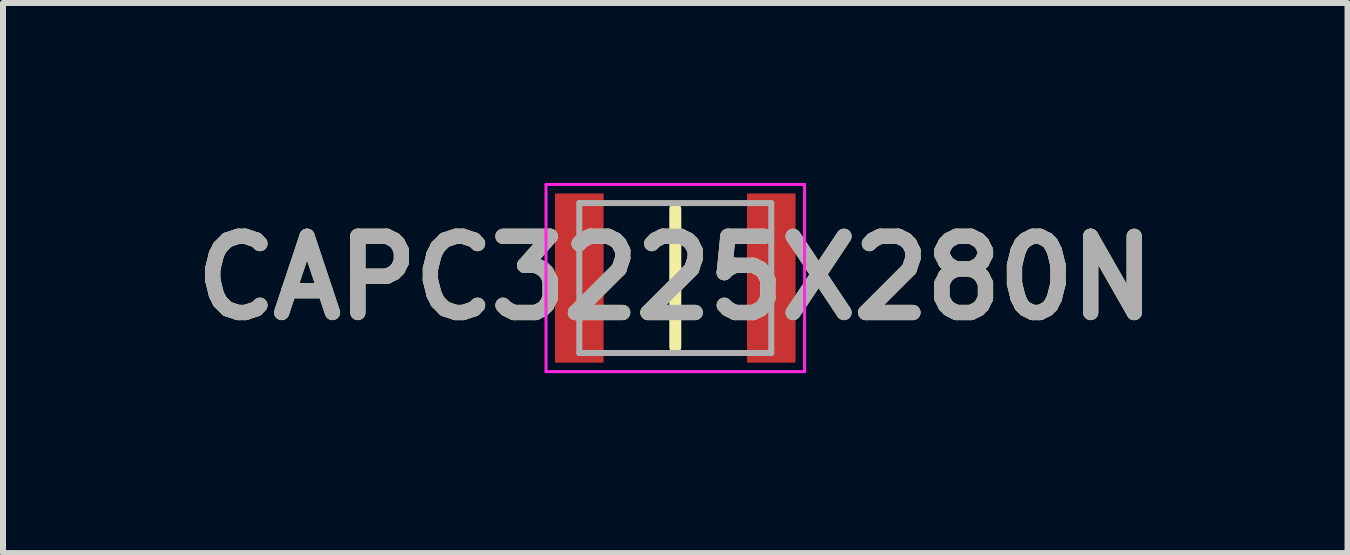
<source format=kicad_pcb>
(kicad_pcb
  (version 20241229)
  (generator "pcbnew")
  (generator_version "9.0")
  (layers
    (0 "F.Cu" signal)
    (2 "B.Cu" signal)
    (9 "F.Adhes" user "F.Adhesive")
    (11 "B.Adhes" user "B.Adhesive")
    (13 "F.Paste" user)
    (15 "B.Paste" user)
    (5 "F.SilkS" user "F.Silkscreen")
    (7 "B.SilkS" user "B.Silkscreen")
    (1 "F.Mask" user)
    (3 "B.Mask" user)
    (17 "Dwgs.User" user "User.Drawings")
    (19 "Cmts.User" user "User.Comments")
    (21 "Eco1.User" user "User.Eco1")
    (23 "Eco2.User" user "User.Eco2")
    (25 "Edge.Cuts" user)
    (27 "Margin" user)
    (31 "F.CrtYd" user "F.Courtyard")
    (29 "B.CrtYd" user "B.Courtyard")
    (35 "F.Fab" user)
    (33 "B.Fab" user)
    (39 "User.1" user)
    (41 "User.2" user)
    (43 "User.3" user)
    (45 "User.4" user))
  (footprint "CAPC3225X280N"
    (layer "F.Cu")
    (at 8.207 1.585)
    (property "Reference" "CAPC3225X280N" (at 0 0 0) (layer "F.SilkS") (effects (font (size 1.27 1.27) (thickness 0.254))))
    (attr smd)
    (fp_line (start 0 -1.15) (end 0 1.15) (stroke (width 0.2) (type solid)) (layer "F.SilkS"))
    (fp_line (start -2.155 -1.56) (end 2.155 -1.56) (stroke (width 0.05) (type solid)) (layer "F.CrtYd"))
    (fp_line (start -2.155 1.56) (end -2.155 -1.56) (stroke (width 0.05) (type solid)) (layer "F.CrtYd"))
    (fp_line (start 2.155 -1.56) (end 2.155 1.56) (stroke (width 0.05) (type solid)) (layer "F.CrtYd"))
    (fp_line (start 2.155 1.56) (end -2.155 1.56) (stroke (width 0.05) (type solid)) (layer "F.CrtYd"))
    (fp_line (start -1.6 -1.25) (end 1.6 -1.25) (stroke (width 0.1) (type solid)) (layer "F.Fab"))
    (fp_line (start -1.6 1.25) (end -1.6 -1.25) (stroke (width 0.1) (type solid)) (layer "F.Fab"))
    (fp_line (start 1.6 -1.25) (end 1.6 1.25) (stroke (width 0.1) (type solid)) (layer "F.Fab"))
    (fp_line (start 1.6 1.25) (end -1.6 1.25) (stroke (width 0.1) (type solid)) (layer "F.Fab"))
    (fp_text user "${REFERENCE}" (at 0 0 0) (layer "F.Fab") (effects (font (size 1.27 1.27) (thickness 0.254))))
    (pad "1" smd rect (at -1.6 0) (size 0.81 2.82) (layers "F.Cu" "F.Mask" "F.Paste"))
    (pad "2" smd rect (at 1.6 0) (size 0.81 2.82) (layers "F.Cu" "F.Mask" "F.Paste")))
  (gr_rect
    (start -3 -3)
    (end 19.413 6.17)
    (stroke (width 0.1) (type default))
    (fill no)
    (layer "Edge.Cuts")))
</source>
